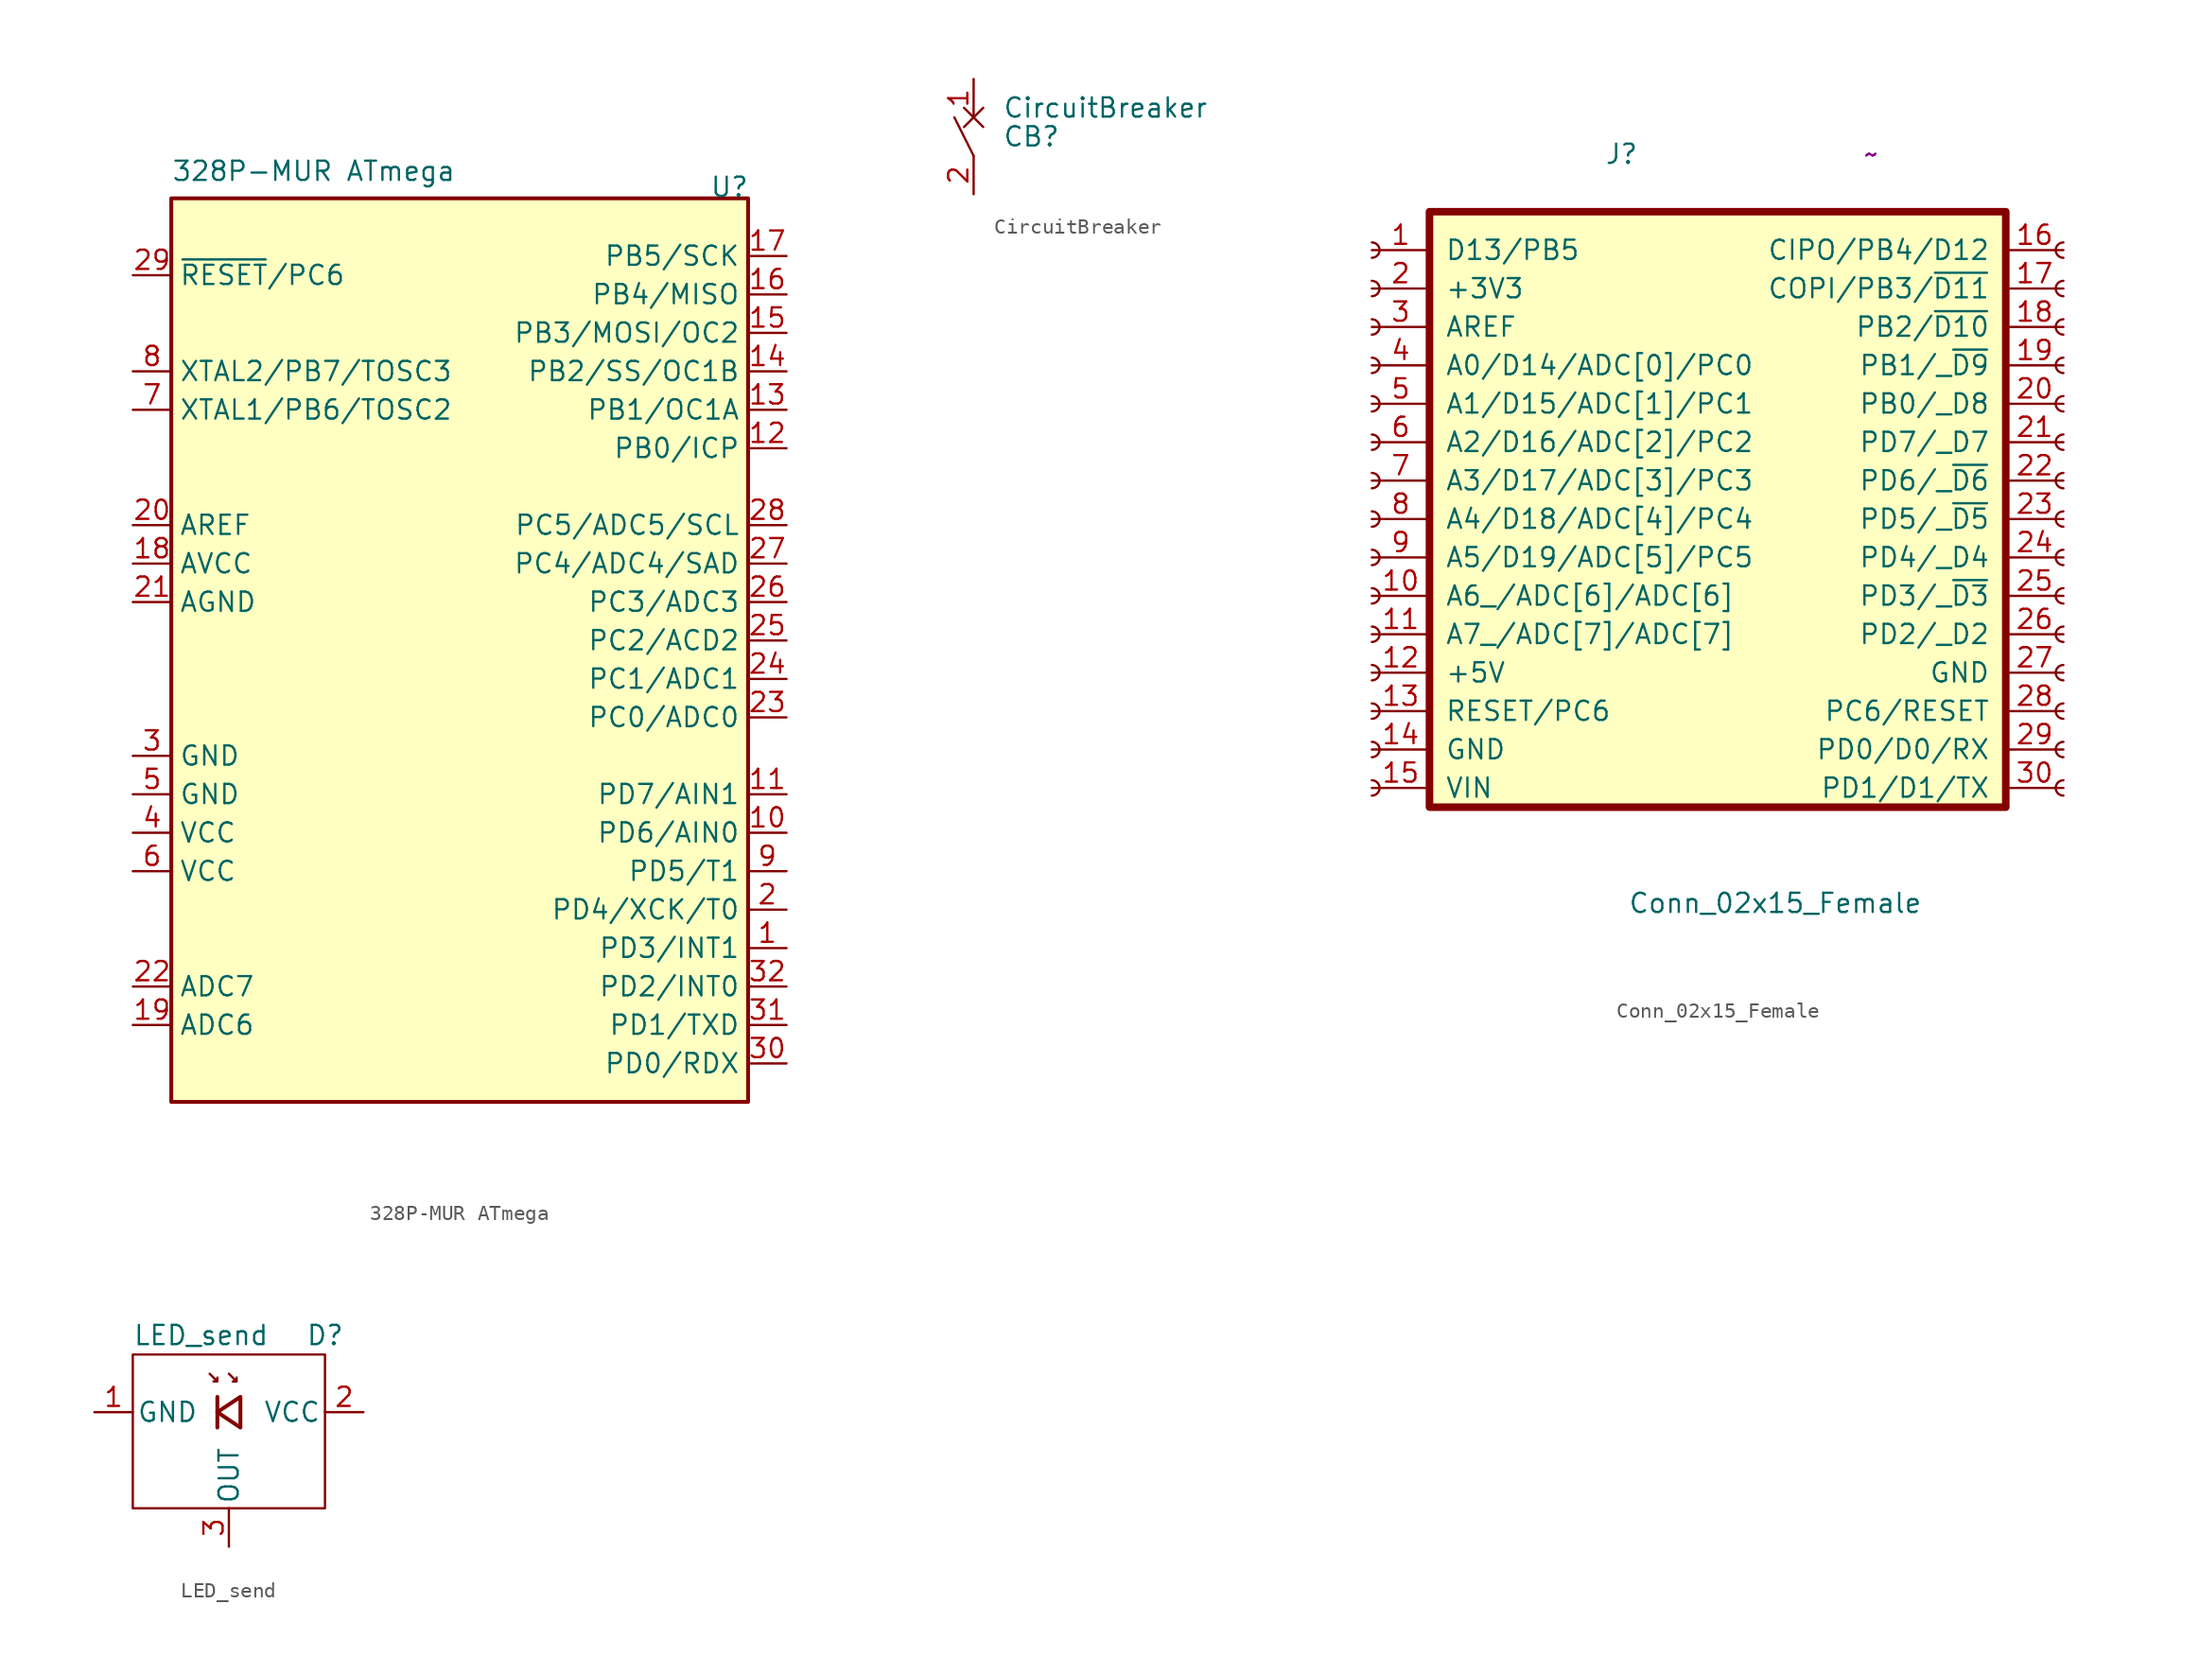
<source format=kicad_sym>
(kicad_symbol_lib
  (version 20211014)
  (generator kicad_symbol_editor)
  (symbol "328P-MUR ATmega"
    (property "Reference" "U"
      (at 16.51 34.29 0)
      (effects (font (size 1.27 1.27)) (justify left bottom)))
    (property "Value" "328P-MUR ATmega"
      (at -19.05 36.83 0)
      (effects (font (size 1.27 1.27)) (justify left top)))
    (symbol "328P-MUR ATmega_0_1"
      (rectangle (start -19.05 34.29) (end 19.05 -25.4) (stroke (width 0.254) (type default) (color 0 0 0 0)) (fill (type background))))
    (symbol "328P-MUR ATmega_1_1"
      (pin bidirectional line (at 21.59 -15.24 180) (length 2.54) (name "PD3/INT1" (effects (font (size 1.27 1.27)))) (number "1" (effects (font (size 1.27 1.27)))))
      (pin bidirectional line (at 21.59 -7.62 180) (length 2.54) (name "PD6/AIN0" (effects (font (size 1.27 1.27)))) (number "10" (effects (font (size 1.27 1.27)))))
      (pin bidirectional line (at 21.59 -5.08 180) (length 2.54) (name "PD7/AIN1" (effects (font (size 1.27 1.27)))) (number "11" (effects (font (size 1.27 1.27)))))
      (pin bidirectional line (at 21.59 17.78 180) (length 2.54) (name "PB0/ICP" (effects (font (size 1.27 1.27)))) (number "12" (effects (font (size 1.27 1.27)))))
      (pin bidirectional line (at 21.59 20.32 180) (length 2.54) (name "PB1/OC1A" (effects (font (size 1.27 1.27)))) (number "13" (effects (font (size 1.27 1.27)))))
      (pin bidirectional line (at 21.59 22.86 180) (length 2.54) (name "PB2/SS/OC1B" (effects (font (size 1.27 1.27)))) (number "14" (effects (font (size 1.27 1.27)))))
      (pin bidirectional line (at 21.59 25.4 180) (length 2.54) (name "PB3/MOSI/OC2" (effects (font (size 1.27 1.27)))) (number "15" (effects (font (size 1.27 1.27)))))
      (pin bidirectional line (at 21.59 27.94 180) (length 2.54) (name "PB4/MISO" (effects (font (size 1.27 1.27)))) (number "16" (effects (font (size 1.27 1.27)))))
      (pin bidirectional line (at 21.59 30.48 180) (length 2.54) (name "PB5/SCK" (effects (font (size 1.27 1.27)))) (number "17" (effects (font (size 1.27 1.27)))))
      (pin power_in line (at -21.59 10.16 0) (length 2.54) (name "AVCC" (effects (font (size 1.27 1.27)))) (number "18" (effects (font (size 1.27 1.27)))))
      (pin input line (at -21.59 -20.32 0) (length 2.54) (name "ADC6" (effects (font (size 1.27 1.27)))) (number "19" (effects (font (size 1.27 1.27)))))
      (pin bidirectional line (at 21.59 -12.7 180) (length 2.54) (name "PD4/XCK/T0" (effects (font (size 1.27 1.27)))) (number "2" (effects (font (size 1.27 1.27)))))
      (pin passive line (at -21.59 12.7 0) (length 2.54) (name "AREF" (effects (font (size 1.27 1.27)))) (number "20" (effects (font (size 1.27 1.27)))))
      (pin passive line (at -21.59 7.62 0) (length 2.54) (name "AGND" (effects (font (size 1.27 1.27)))) (number "21" (effects (font (size 1.27 1.27)))))
      (pin input line (at -21.59 -17.78 0) (length 2.54) (name "ADC7" (effects (font (size 1.27 1.27)))) (number "22" (effects (font (size 1.27 1.27)))))
      (pin bidirectional line (at 21.59 0 180) (length 2.54) (name "PC0/ADC0" (effects (font (size 1.27 1.27)))) (number "23" (effects (font (size 1.27 1.27)))))
      (pin bidirectional line (at 21.59 2.54 180) (length 2.54) (name "PC1/ADC1" (effects (font (size 1.27 1.27)))) (number "24" (effects (font (size 1.27 1.27)))))
      (pin bidirectional line (at 21.59 5.08 180) (length 2.54) (name "PC2/ACD2" (effects (font (size 1.27 1.27)))) (number "25" (effects (font (size 1.27 1.27)))))
      (pin bidirectional line (at 21.59 7.62 180) (length 2.54) (name "PC3/ADC3" (effects (font (size 1.27 1.27)))) (number "26" (effects (font (size 1.27 1.27)))))
      (pin bidirectional line (at 21.59 10.16 180) (length 2.54) (name "PC4/ADC4/SAD" (effects (font (size 1.27 1.27)))) (number "27" (effects (font (size 1.27 1.27)))))
      (pin bidirectional line (at 21.59 12.7 180) (length 2.54) (name "PC5/ADC5/SCL" (effects (font (size 1.27 1.27)))) (number "28" (effects (font (size 1.27 1.27)))))
      (pin bidirectional line (at -21.59 29.21 0) (length 2.54) (name "~{RESET}/PC6" (effects (font (size 1.27 1.27)))) (number "29" (effects (font (size 1.27 1.27)))))
      (pin power_in line (at -21.59 -2.54 0) (length 2.54) (name "GND" (effects (font (size 1.27 1.27)))) (number "3" (effects (font (size 1.27 1.27)))))
      (pin bidirectional line (at 21.59 -22.86 180) (length 2.54) (name "PD0/RDX" (effects (font (size 1.27 1.27)))) (number "30" (effects (font (size 1.27 1.27)))))
      (pin bidirectional line (at 21.59 -20.32 180) (length 2.54) (name "PD1/TXD" (effects (font (size 1.27 1.27)))) (number "31" (effects (font (size 1.27 1.27)))))
      (pin bidirectional line (at 21.59 -17.78 180) (length 2.54) (name "PD2/INT0" (effects (font (size 1.27 1.27)))) (number "32" (effects (font (size 1.27 1.27)))))
      (pin power_in line (at -21.59 -7.62 0) (length 2.54) (name "VCC" (effects (font (size 1.27 1.27)))) (number "4" (effects (font (size 1.27 1.27)))))
      (pin passive line (at -21.59 -5.08 0) (length 2.54) (name "GND" (effects (font (size 1.27 1.27)))) (number "5" (effects (font (size 1.27 1.27)))))
      (pin passive line (at -21.59 -10.16 0) (length 2.54) (name "VCC" (effects (font (size 1.27 1.27)))) (number "6" (effects (font (size 1.27 1.27)))))
      (pin bidirectional line (at -21.59 20.32 0) (length 2.54) (name "XTAL1/PB6/TOSC2" (effects (font (size 1.27 1.27)))) (number "7" (effects (font (size 1.27 1.27)))))
      (pin bidirectional line (at -21.59 22.86 0) (length 2.54) (name "XTAL2/PB7/TOSC3" (effects (font (size 1.27 1.27)))) (number "8" (effects (font (size 1.27 1.27)))))
      (pin bidirectional line (at 21.59 -10.16 180) (length 2.54) (name "PD5/T1" (effects (font (size 1.27 1.27)))) (number "9" (effects (font (size 1.27 1.27)))))))
  (symbol "CircuitBreaker"
    (property "Reference" "CB"
      (at 1.905 0 0)
      (effects (font (size 1.27 1.27)) (justify left)))
    (property "Value" "CircuitBreaker"
      (at 1.905 1.905 0)
      (effects (font (size 1.27 1.27)) (justify left)))
    (symbol "CircuitBreaker_0_1"
      (polyline (pts (xy 0 -1.27) (xy -1.27 1.27)) (stroke (width 0) (type default) (color 0 0 0 0)) (fill (type none))))
    (symbol "CircuitBreaker_1_1"
      (polyline (pts (xy -0.635 1.905) (xy 0.635 0.635)) (stroke (width 0) (type default) (color 0 0 0 0)) (fill (type none)))
      (polyline (pts (xy 0.635 1.905) (xy -0.635 0.635)) (stroke (width 0) (type default) (color 0 0 0 0)) (fill (type none)))
      (pin passive line (at 0 3.81 270) (length 2.54) (name "~" (effects (font (size 1.27 1.27)))) (number "1" (effects (font (size 1.27 1.27)))))
      (pin passive line (at 0 -3.81 90) (length 2.54) (name "~" (effects (font (size 1.27 1.27)))) (number "2" (effects (font (size 1.27 1.27)))))))
  (symbol "Conn_02x15_Female"
    (pin_names
      (offset 1.016))
    (property "Reference" "J"
      (at -8.89 24.13 0)
      (effects (font (size 1.27 1.27))))
    (property "Value" "Conn_02x15_Female"
      (at 1.27 -25.4 0)
      (effects (font (size 1.27 1.27))))
    (property "Footprint" ""
      (at 20.32 0 0)
      (effects (font (size 1.27 1.27))))
    (property "Datasheet" "~"
      (at 7.62 24.13 0)
      (effects (font (size 1.27 1.27))))
    (symbol "Conn_02x15_Female_0_1"
      (rectangle (start -21.59 20.32) (end 16.51 -19.05) (stroke (width 0.5) (type default) (color 0 0 0 0)) (fill (type background))))
    (symbol "Conn_02x15_Female_1_1"
      (arc (start -25.4 -18.288) (mid -24.892 -17.78) (end -25.4 -17.272) (stroke (width 0.1524) (type default) (color 0 0 0 0)) (fill (type none)))
      (arc (start -25.4 -15.748) (mid -24.892 -15.24) (end -25.4 -14.732) (stroke (width 0.1524) (type default) (color 0 0 0 0)) (fill (type none)))
      (arc (start -25.4 -13.208) (mid -24.892 -12.7) (end -25.4 -12.192) (stroke (width 0.1524) (type default) (color 0 0 0 0)) (fill (type none)))
      (arc (start -25.4 -10.668) (mid -24.892 -10.16) (end -25.4 -9.652) (stroke (width 0.1524) (type default) (color 0 0 0 0)) (fill (type none)))
      (arc (start -25.4 -8.128) (mid -24.892 -7.62) (end -25.4 -7.112) (stroke (width 0.1524) (type default) (color 0 0 0 0)) (fill (type none)))
      (arc (start -25.4 -5.588) (mid -24.892 -5.08) (end -25.4 -4.572) (stroke (width 0.1524) (type default) (color 0 0 0 0)) (fill (type none)))
      (arc (start -25.4 -3.048) (mid -24.892 -2.54) (end -25.4 -2.032) (stroke (width 0.1524) (type default) (color 0 0 0 0)) (fill (type none)))
      (arc (start -25.4 -0.508) (mid -24.892 0) (end -25.4 0.508) (stroke (width 0.1524) (type default) (color 0 0 0 0)) (fill (type none)))
      (arc (start -25.4 2.032) (mid -24.892 2.54) (end -25.4 3.048) (stroke (width 0.1524) (type default) (color 0 0 0 0)) (fill (type none)))
      (arc (start -25.4 4.572) (mid -24.892 5.08) (end -25.4 5.588) (stroke (width 0.1524) (type default) (color 0 0 0 0)) (fill (type none)))
      (arc (start -25.4 7.112) (mid -24.892 7.62) (end -25.4 8.128) (stroke (width 0.1524) (type default) (color 0 0 0 0)) (fill (type none)))
      (arc (start -25.4 9.652) (mid -24.892 10.16) (end -25.4 10.668) (stroke (width 0.1524) (type default) (color 0 0 0 0)) (fill (type none)))
      (arc (start -25.4 12.192) (mid -24.892 12.7) (end -25.4 13.208) (stroke (width 0.1524) (type default) (color 0 0 0 0)) (fill (type none)))
      (arc (start -25.4 14.732) (mid -24.892 15.24) (end -25.4 15.748) (stroke (width 0.1524) (type default) (color 0 0 0 0)) (fill (type none)))
      (arc (start -25.4 17.272) (mid -24.892 17.78) (end -25.4 18.288) (stroke (width 0.1524) (type default) (color 0 0 0 0)) (fill (type none)))
      (arc (start 20.32 -17.272) (mid 19.812 -17.78) (end 20.32 -18.288) (stroke (width 0.1524) (type default) (color 0 0 0 0)) (fill (type none)))
      (arc (start 20.32 -14.732) (mid 19.812 -15.24) (end 20.32 -15.748) (stroke (width 0.1524) (type default) (color 0 0 0 0)) (fill (type none)))
      (arc (start 20.32 -12.192) (mid 19.812 -12.7) (end 20.32 -13.208) (stroke (width 0.1524) (type default) (color 0 0 0 0)) (fill (type none)))
      (arc (start 20.32 -9.652) (mid 19.812 -10.16) (end 20.32 -10.668) (stroke (width 0.1524) (type default) (color 0 0 0 0)) (fill (type none)))
      (arc (start 20.32 -7.112) (mid 19.812 -7.62) (end 20.32 -8.128) (stroke (width 0.1524) (type default) (color 0 0 0 0)) (fill (type none)))
      (arc (start 20.32 -4.572) (mid 19.812 -5.08) (end 20.32 -5.588) (stroke (width 0.1524) (type default) (color 0 0 0 0)) (fill (type none)))
      (arc (start 20.32 -2.032) (mid 19.812 -2.54) (end 20.32 -3.048) (stroke (width 0.1524) (type default) (color 0 0 0 0)) (fill (type none)))
      (arc (start 20.32 0.508) (mid 19.812 0) (end 20.32 -0.508) (stroke (width 0.1524) (type default) (color 0 0 0 0)) (fill (type none)))
      (arc (start 20.32 3.048) (mid 19.812 2.54) (end 20.32 2.032) (stroke (width 0.1524) (type default) (color 0 0 0 0)) (fill (type none)))
      (arc (start 20.32 5.588) (mid 19.812 5.08) (end 20.32 4.572) (stroke (width 0.1524) (type default) (color 0 0 0 0)) (fill (type none)))
      (arc (start 20.32 8.128) (mid 19.812 7.62) (end 20.32 7.112) (stroke (width 0.1524) (type default) (color 0 0 0 0)) (fill (type none)))
      (arc (start 20.32 10.668) (mid 19.812 10.16) (end 20.32 9.652) (stroke (width 0.1524) (type default) (color 0 0 0 0)) (fill (type none)))
      (arc (start 20.32 13.208) (mid 19.812 12.7) (end 20.32 12.192) (stroke (width 0.1524) (type default) (color 0 0 0 0)) (fill (type none)))
      (arc (start 20.32 15.748) (mid 19.812 15.24) (end 20.32 14.732) (stroke (width 0.1524) (type default) (color 0 0 0 0)) (fill (type none)))
      (arc (start 20.32 18.288) (mid 19.812 17.78) (end 20.32 17.272) (stroke (width 0.1524) (type default) (color 0 0 0 0)) (fill (type none)))
      (pin output line (at -25.4 17.78 0) (length 3.81) (name "D13/PB5" (effects (font (size 1.27 1.27)))) (number "1" (effects (font (size 1.27 1.27)))))
      (pin output line (at -25.4 -5.08 0) (length 3.81) (name "A6_/ADC[6]/ADC[6]" (effects (font (size 1.27 1.27)))) (number "10" (effects (font (size 1.27 1.27)))))
      (pin output line (at -25.4 -7.62 0) (length 3.81) (name "A7_/ADC[7]/ADC[7]" (effects (font (size 1.27 1.27)))) (number "11" (effects (font (size 1.27 1.27)))))
      (pin output line (at -25.4 -10.16 0) (length 3.81) (name "+5V" (effects (font (size 1.27 1.27)))) (number "12" (effects (font (size 1.27 1.27)))))
      (pin output line (at -25.4 -12.7 0) (length 3.81) (name "RESET/PC6" (effects (font (size 1.27 1.27)))) (number "13" (effects (font (size 1.27 1.27)))))
      (pin power_out line (at -25.4 -15.24 0) (length 3.81) (name "GND" (effects (font (size 1.27 1.27)))) (number "14" (effects (font (size 1.27 1.27)))))
      (pin input line (at -25.4 -17.78 0) (length 3.81) (name "VIN" (effects (font (size 1.27 1.27)))) (number "15" (effects (font (size 1.27 1.27)))))
      (pin output line (at 20.32 17.78 180) (length 3.81) (name "CIPO/PB4/D12" (effects (font (size 1.27 1.27)))) (number "16" (effects (font (size 1.27 1.27)))))
      (pin output line (at 20.32 15.24 180) (length 3.81) (name "COPI/PB3/~{D11}" (effects (font (size 1.27 1.27)))) (number "17" (effects (font (size 1.27 1.27)))))
      (pin output line (at 20.32 12.7 180) (length 3.81) (name "PB2/~{D10}" (effects (font (size 1.27 1.27)))) (number "18" (effects (font (size 1.27 1.27)))))
      (pin output line (at 20.32 10.16 180) (length 3.81) (name "PB1/_~{D9}" (effects (font (size 1.27 1.27)))) (number "19" (effects (font (size 1.27 1.27)))))
      (pin power_out line (at -25.4 15.24 0) (length 3.81) (name "+3V3" (effects (font (size 1.27 1.27)))) (number "2" (effects (font (size 1.27 1.27)))))
      (pin output line (at 20.32 7.62 180) (length 3.81) (name "PB0/_D8" (effects (font (size 1.27 1.27)))) (number "20" (effects (font (size 1.27 1.27)))))
      (pin output line (at 20.32 5.08 180) (length 3.81) (name "PD7/_D7" (effects (font (size 1.27 1.27)))) (number "21" (effects (font (size 1.27 1.27)))))
      (pin output line (at 20.32 2.54 180) (length 3.81) (name "PD6/_~{D6}" (effects (font (size 1.27 1.27)))) (number "22" (effects (font (size 1.27 1.27)))))
      (pin output line (at 20.32 0 180) (length 3.81) (name "PD5/_~{D5}" (effects (font (size 1.27 1.27)))) (number "23" (effects (font (size 1.27 1.27)))))
      (pin output line (at 20.32 -2.54 180) (length 3.81) (name "PD4/_D4" (effects (font (size 1.27 1.27)))) (number "24" (effects (font (size 1.27 1.27)))))
      (pin output line (at 20.32 -5.08 180) (length 3.81) (name "PD3/_~{D3}" (effects (font (size 1.27 1.27)))) (number "25" (effects (font (size 1.27 1.27)))))
      (pin output line (at 20.32 -7.62 180) (length 3.81) (name "PD2/_D2" (effects (font (size 1.27 1.27)))) (number "26" (effects (font (size 1.27 1.27)))))
      (pin power_out line (at 20.32 -10.16 180) (length 3.81) (name "GND" (effects (font (size 1.27 1.27)))) (number "27" (effects (font (size 1.27 1.27)))))
      (pin output line (at 20.32 -12.7 180) (length 3.81) (name "PC6/RESET" (effects (font (size 1.27 1.27)))) (number "28" (effects (font (size 1.27 1.27)))))
      (pin output line (at 20.32 -15.24 180) (length 3.81) (name "PD0/D0/RX" (effects (font (size 1.27 1.27)))) (number "29" (effects (font (size 1.27 1.27)))))
      (pin output line (at -25.4 12.7 0) (length 3.81) (name "AREF" (effects (font (size 1.27 1.27)))) (number "3" (effects (font (size 1.27 1.27)))))
      (pin output line (at 20.32 -17.78 180) (length 3.81) (name "PD1/D1/TX" (effects (font (size 1.27 1.27)))) (number "30" (effects (font (size 1.27 1.27)))))
      (pin output line (at -25.4 10.16 0) (length 3.81) (name "A0/D14/ADC[0]/PC0" (effects (font (size 1.27 1.27)))) (number "4" (effects (font (size 1.27 1.27)))))
      (pin output line (at -25.4 7.62 0) (length 3.81) (name "A1/D15/ADC[1]/PC1" (effects (font (size 1.27 1.27)))) (number "5" (effects (font (size 1.27 1.27)))))
      (pin output line (at -25.4 5.08 0) (length 3.81) (name "A2/D16/ADC[2]/PC2" (effects (font (size 1.27 1.27)))) (number "6" (effects (font (size 1.27 1.27)))))
      (pin output line (at -25.4 2.54 0) (length 3.81) (name "A3/D17/ADC[3]/PC3" (effects (font (size 1.27 1.27)))) (number "7" (effects (font (size 1.27 1.27)))))
      (pin output line (at -25.4 0 0) (length 3.81) (name "A4/D18/ADC[4]/PC4" (effects (font (size 1.27 1.27)))) (number "8" (effects (font (size 1.27 1.27)))))
      (pin output line (at -25.4 -2.54 0) (length 3.81) (name "A5/D19/ADC[5]/PC5" (effects (font (size 1.27 1.27)))) (number "9" (effects (font (size 1.27 1.27)))))))
  (symbol "LED_send"
    (pin_names
      (offset 0.254))
    (property "Reference" "D"
      (at 5.08 5.08 0)
      (effects (font (size 1.27 1.27)) (justify left)))
    (property "Value" "LED_send"
      (at -6.35 5.08 0)
      (effects (font (size 1.27 1.27)) (justify left)))
    (symbol "LED_send_0_1"
      (rectangle (start -6.35 3.81) (end 6.35 -6.35) (stroke (width 0) (type default) (color 0 0 0 0)) (fill (type none)))
      (polyline (pts (xy -0.762 -1.016) (xy -0.762 1.016)) (stroke (width 0.254) (type default) (color 0 0 0 0)) (fill (type none)))
      (polyline (pts (xy 0.762 -1.016) (xy -0.762 0) (xy 0.762 1.016) (xy 0.762 -1.016)) (stroke (width 0.254) (type default) (color 0 0 0 0)) (fill (type none)))
      (polyline (pts (xy -1.27 2.54) (xy -0.762 2.032) (xy -1.016 2.032) (xy -0.762 2.032) (xy -0.762 2.286)) (stroke (width 0) (type default) (color 0 0 0 0)) (fill (type none)))
      (polyline (pts (xy 0 2.54) (xy 0.508 2.032) (xy 0.254 2.032) (xy 0.508 2.032) (xy 0.508 2.286)) (stroke (width 0) (type default) (color 0 0 0 0)) (fill (type none))))
    (symbol "LED_send_1_1"
      (pin passive line (at -8.89 0 0) (length 2.54) (name "GND" (effects (font (size 1.27 1.27)))) (number "1" (effects (font (size 1.27 1.27)))))
      (pin passive line (at 8.89 0 180) (length 2.54) (name "VCC" (effects (font (size 1.27 1.27)))) (number "2" (effects (font (size 1.27 1.27)))))
      (pin input line (at 0 -8.89 90) (length 2.54) (name "OUT" (effects (font (size 1.27 1.27)))) (number "3" (effects (font (size 1.27 1.27))))))))
</source>
